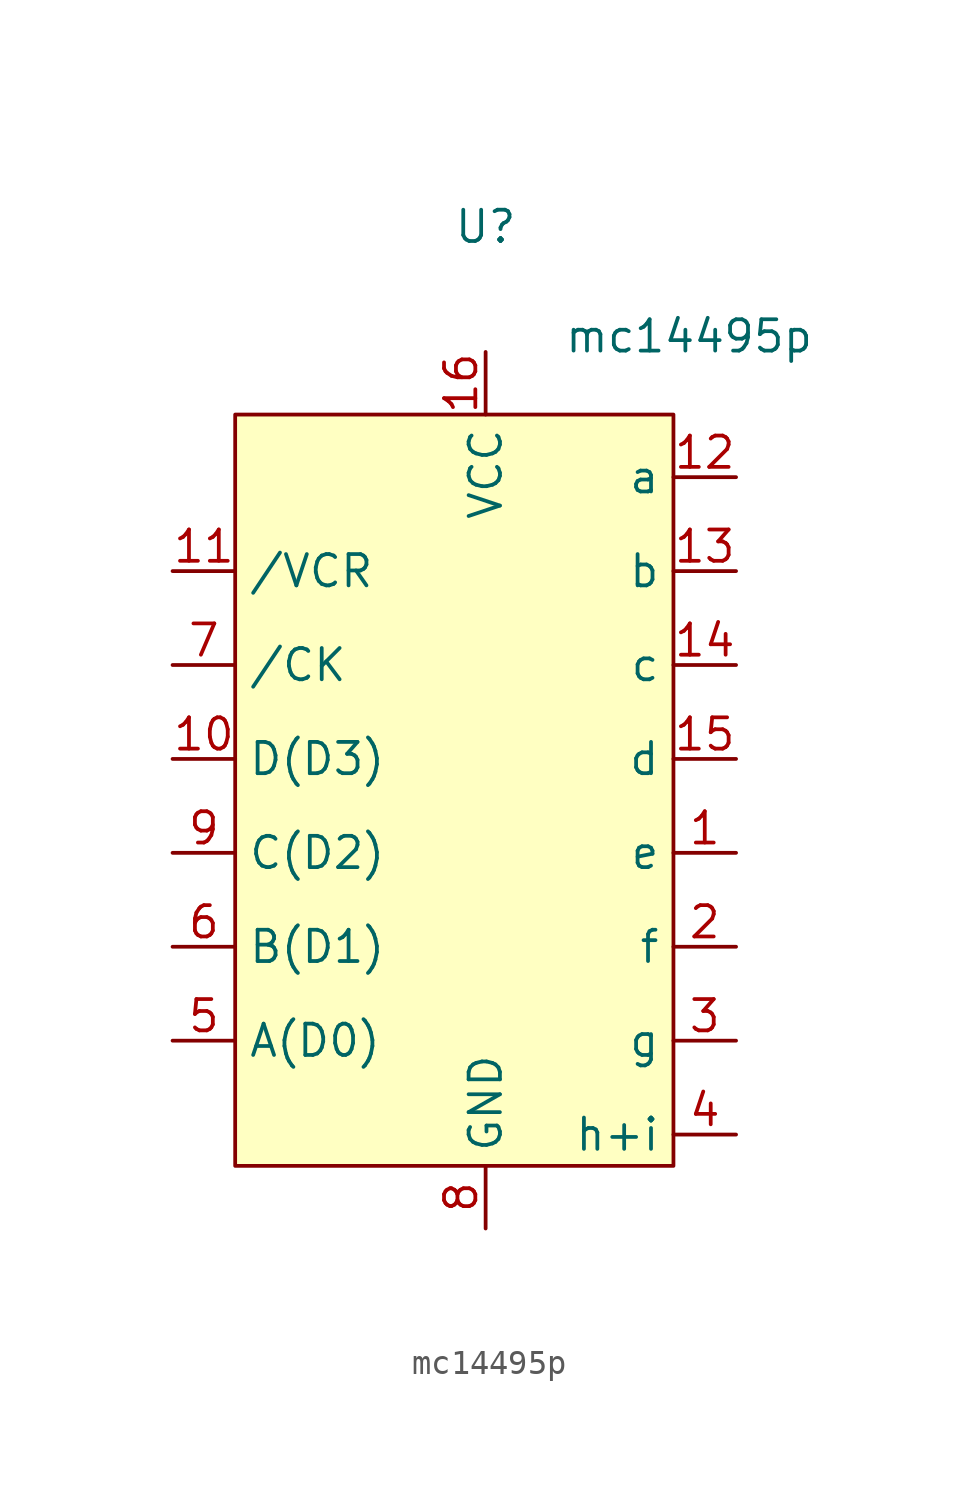
<source format=kicad_sym>
(kicad_symbol_lib
  (version 20211014)
  (generator kicad_symbol_editor)
  (symbol "mc14495p"
    (property "Reference" "U"
      (at 0 0 0)
      (effects (font (size 1.27 1.27))))
    (property "Value" "mc14495p"
      (at 8.255 -4.445 0)
      (effects (font (size 1.27 1.27))))
    (symbol "mc14495p_0_1"
      (rectangle (start -10.16 -7.62) (end 7.62 -38.1) (stroke (width 0) (type default) (color 0 0 0 0)) (fill (type background))))
    (symbol "mc14495p_1_1"
      (pin output line (at 10.16 -25.4 180) (length 2.54) (name "e" (effects (font (size 1.27 1.27)))) (number "1" (effects (font (size 1.27 1.27)))))
      (pin input line (at -12.7 -21.59 0) (length 2.54) (name "D(D3)" (effects (font (size 1.27 1.27)))) (number "10" (effects (font (size 1.27 1.27)))))
      (pin input line (at -12.7 -13.97 0) (length 2.54) (name "/VCR" (effects (font (size 1.27 1.27)))) (number "11" (effects (font (size 1.27 1.27)))))
      (pin output line (at 10.16 -10.16 180) (length 2.54) (name "a" (effects (font (size 1.27 1.27)))) (number "12" (effects (font (size 1.27 1.27)))))
      (pin output line (at 10.16 -13.97 180) (length 2.54) (name "b" (effects (font (size 1.27 1.27)))) (number "13" (effects (font (size 1.27 1.27)))))
      (pin output line (at 10.16 -17.78 180) (length 2.54) (name "c" (effects (font (size 1.27 1.27)))) (number "14" (effects (font (size 1.27 1.27)))))
      (pin output line (at 10.16 -21.59 180) (length 2.54) (name "d" (effects (font (size 1.27 1.27)))) (number "15" (effects (font (size 1.27 1.27)))))
      (pin power_in line (at 0 -5.08 270) (length 2.54) (name "VCC" (effects (font (size 1.27 1.27)))) (number "16" (effects (font (size 1.27 1.27)))))
      (pin output line (at 10.16 -29.21 180) (length 2.54) (name "f" (effects (font (size 1.27 1.27)))) (number "2" (effects (font (size 1.27 1.27)))))
      (pin output line (at 10.16 -33.02 180) (length 2.54) (name "g" (effects (font (size 1.27 1.27)))) (number "3" (effects (font (size 1.27 1.27)))))
      (pin output line (at 10.16 -36.83 180) (length 2.54) (name "h+i" (effects (font (size 1.27 1.27)))) (number "4" (effects (font (size 1.27 1.27)))))
      (pin input line (at -12.7 -33.02 0) (length 2.54) (name "A(D0)" (effects (font (size 1.27 1.27)))) (number "5" (effects (font (size 1.27 1.27)))))
      (pin input line (at -12.7 -29.21 0) (length 2.54) (name "B(D1)" (effects (font (size 1.27 1.27)))) (number "6" (effects (font (size 1.27 1.27)))))
      (pin input line (at -12.7 -17.78 0) (length 2.54) (name "/CK" (effects (font (size 1.27 1.27)))) (number "7" (effects (font (size 1.27 1.27)))))
      (pin power_in line (at 0 -40.64 90) (length 2.54) (name "GND" (effects (font (size 1.27 1.27)))) (number "8" (effects (font (size 1.27 1.27)))))
      (pin input line (at -12.7 -25.4 0) (length 2.54) (name "C(D2)" (effects (font (size 1.27 1.27)))) (number "9" (effects (font (size 1.27 1.27))))))))
</source>
